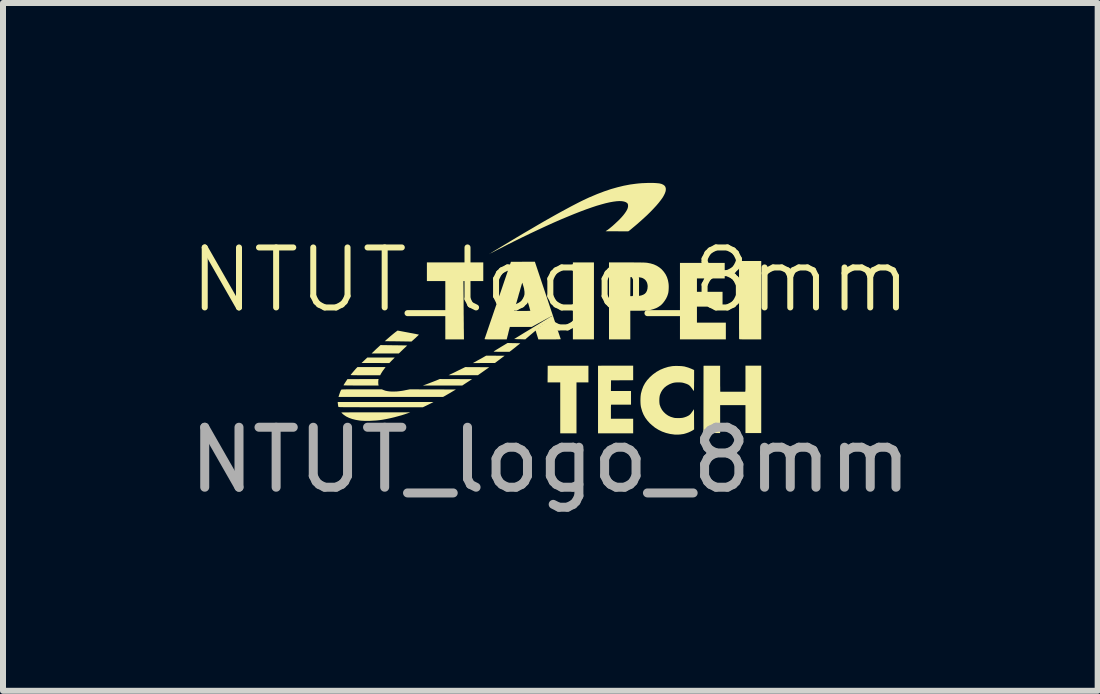
<source format=kicad_pcb>
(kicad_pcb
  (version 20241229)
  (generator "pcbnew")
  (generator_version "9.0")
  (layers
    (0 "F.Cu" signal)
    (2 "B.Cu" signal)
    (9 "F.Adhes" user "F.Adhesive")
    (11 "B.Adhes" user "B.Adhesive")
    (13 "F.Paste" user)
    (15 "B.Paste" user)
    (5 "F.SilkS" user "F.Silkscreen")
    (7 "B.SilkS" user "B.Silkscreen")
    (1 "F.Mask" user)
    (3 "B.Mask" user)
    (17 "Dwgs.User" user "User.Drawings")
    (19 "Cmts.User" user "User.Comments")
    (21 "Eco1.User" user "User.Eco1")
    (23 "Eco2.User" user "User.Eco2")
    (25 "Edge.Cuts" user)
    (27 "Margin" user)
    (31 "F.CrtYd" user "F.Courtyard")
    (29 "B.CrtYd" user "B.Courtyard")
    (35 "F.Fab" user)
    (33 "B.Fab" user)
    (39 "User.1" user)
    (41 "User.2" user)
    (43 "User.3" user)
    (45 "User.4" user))
  (footprint "NTUT_logo_8mm"
    (layer "F.Cu")
    (at 6.125 2.118)
    (property "Reference" "NTUT_logo_8mm" (at 0 -0.5 0) (unlocked yes) (layer "F.SilkS") (effects (font (size 1 1) (thickness 0.1))))
    (attr smd)
    (fp_poly (pts (xy -1.014 -0.934) (xy -1.016 -0.932) (xy -1.018 -0.934) (xy -1.016 -0.936)) (stroke (width 0) (type solid)) (fill yes) (layer "F.SilkS"))
    (fp_poly (pts (xy -1.006 -0.938) (xy -1.008 -0.936) (xy -1.01 -0.938) (xy -1.008 -0.94)) (stroke (width 0) (type solid)) (fill yes) (layer "F.SilkS"))
    (fp_poly (pts (xy -2.64 0.839) (xy -2.685 0.885) (xy -2.916 0.884) (xy -3.148 0.884) (xy -3.1 0.839) (xy -3.052 0.793) (xy -2.823 0.793) (xy -2.594 0.793)) (stroke (width 0) (type solid)) (fill yes) (layer "F.SilkS"))
    (fp_poly (pts (xy 0.727 -0.151) (xy 0.727 0.49) (xy 0.552 0.49) (xy 0.376 0.49) (xy 0.376 -0.151) (xy 0.376 -0.793) (xy 0.552 -0.793) (xy 0.727 -0.793)) (stroke (width 0) (type solid)) (fill yes) (layer "F.SilkS"))
    (fp_poly (pts (xy -1.574 1.152) (xy -1.305 1.153) (xy -1.387 1.206) (xy -1.468 1.259) (xy -1.796 1.259) (xy -2.124 1.259) (xy -2.044 1.23) (xy -2.015 1.219) (xy -1.984 1.207) (xy -1.953 1.195) (xy -1.925 1.184) (xy -1.904 1.176) (xy -1.844 1.151)) (stroke (width 0) (type solid)) (fill yes) (layer "F.SilkS"))
    (fp_poly (pts (xy -0.916 0.762) (xy -0.763 0.763) (xy -0.844 0.824) (xy -0.924 0.884) (xy -1.108 0.884) (xy -1.291 0.885) (xy -1.205 0.837) (xy -1.179 0.823) (xy -1.155 0.81) (xy -1.132 0.797) (xy -1.113 0.786) (xy -1.099 0.778) (xy -1.094 0.775) (xy -1.069 0.761)) (stroke (width 0) (type solid)) (fill yes) (layer "F.SilkS"))
    (fp_poly (pts (xy -1.219 0.953) (xy -1.019 0.954) (xy -1.113 1.021) (xy -1.207 1.087) (xy -1.452 1.087) (xy -1.697 1.087) (xy -1.679 1.079) (xy -1.672 1.075) (xy -1.658 1.068) (xy -1.638 1.059) (xy -1.615 1.048) (xy -1.588 1.035) (xy -1.56 1.021) (xy -1.54 1.011) (xy -1.419 0.952)) (stroke (width 0) (type solid)) (fill yes) (layer "F.SilkS"))
    (fp_poly (pts (xy 0.635 1.068) (xy 0.635 1.207) (xy 0.536 1.207) (xy 0.436 1.207) (xy 0.436 1.632) (xy 0.436 2.056) (xy 0.301 2.056) (xy 0.165 2.056) (xy 0.165 1.632) (xy 0.165 1.207) (xy 0.06 1.207) (xy -0.046 1.207) (xy -0.045 1.069) (xy -0.044 0.93) (xy 0.296 0.929) (xy 0.635 0.929)) (stroke (width 0) (type solid)) (fill yes) (layer "F.SilkS"))
    (fp_poly (pts (xy 2.907 -0.655) (xy 2.907 -0.526) (xy 2.675 -0.526) (xy 2.444 -0.526) (xy 2.444 -0.414) (xy 2.444 -0.303) (xy 2.657 -0.303) (xy 2.871 -0.303) (xy 2.871 -0.179) (xy 2.871 -0.056) (xy 2.657 -0.056) (xy 2.444 -0.056) (xy 2.444 0.078) (xy 2.444 0.211) (xy 2.685 0.211) (xy 2.926 0.211) (xy 2.926 0.351) (xy 2.926 0.49) (xy 2.544 0.49) (xy 2.161 0.49) (xy 2.161 -0.147) (xy 2.161 -0.785) (xy 2.534 -0.785) (xy 2.907 -0.785)) (stroke (width 0) (type solid)) (fill yes) (layer "F.SilkS"))
    (fp_poly (pts (xy -2.866 1.164) (xy -2.868 1.178) (xy -2.869 1.196) (xy -2.869 1.216) (xy -2.868 1.234) (xy -2.866 1.246) (xy -2.863 1.259) (xy -3.156 1.259) (xy -3.203 1.259) (xy -3.248 1.259) (xy -3.29 1.259) (xy -3.329 1.258) (xy -3.363 1.258) (xy -3.392 1.258) (xy -3.416 1.257) (xy -3.434 1.257) (xy -3.445 1.256) (xy -3.448 1.256) (xy -3.446 1.251) (xy -3.441 1.242) (xy -3.432 1.228) (xy -3.421 1.211) (xy -3.416 1.203) (xy -3.383 1.153) (xy -3.123 1.152) (xy -2.863 1.151)) (stroke (width 0) (type solid)) (fill yes) (layer "F.SilkS"))
    (fp_poly (pts (xy -2.609 0.588) (xy -2.568 0.588) (xy -2.529 0.589) (xy -2.493 0.589) (xy -2.461 0.59) (xy -2.434 0.59) (xy -2.413 0.591) (xy -2.397 0.591) (xy -2.388 0.591) (xy -2.386 0.591) (xy -2.389 0.594) (xy -2.396 0.601) (xy -2.408 0.613) (xy -2.424 0.628) (xy -2.442 0.645) (xy -2.456 0.658) (xy -2.526 0.725) (xy -2.753 0.725) (xy -2.98 0.725) (xy -2.938 0.685) (xy -2.92 0.667) (xy -2.9 0.648) (xy -2.88 0.63) (xy -2.864 0.615) (xy -2.864 0.615) (xy -2.831 0.585)) (stroke (width 0) (type solid)) (fill yes) (layer "F.SilkS"))
    (fp_poly (pts (xy -1.118 -0.637) (xy -1.118 -0.482) (xy -1.283 -0.482) (xy -1.449 -0.482) (xy -1.446 -0.158) (xy -1.446 -0.103) (xy -1.446 -0.047) (xy -1.445 0.01) (xy -1.445 0.067) (xy -1.444 0.121) (xy -1.444 0.173) (xy -1.443 0.221) (xy -1.443 0.264) (xy -1.443 0.301) (xy -1.442 0.328) (xy -1.44 0.49) (xy -1.596 0.49) (xy -1.751 0.49) (xy -1.751 0.004) (xy -1.751 -0.482) (xy -1.905 -0.482) (xy -2.058 -0.482) (xy -2.058 -0.637) (xy -2.058 -0.793) (xy -1.588 -0.793) (xy -1.118 -0.793)) (stroke (width 0) (type solid)) (fill yes) (layer "F.SilkS"))
    (fp_poly (pts (xy -2.777 0.993) (xy -2.791 1.011) (xy -2.804 1.031) (xy -2.815 1.049) (xy -2.822 1.06) (xy -2.837 1.088) (xy -3.086 1.088) (xy -3.136 1.088) (xy -3.179 1.088) (xy -3.216 1.088) (xy -3.246 1.087) (xy -3.27 1.087) (xy -3.29 1.087) (xy -3.304 1.086) (xy -3.315 1.086) (xy -3.322 1.085) (xy -3.327 1.084) (xy -3.329 1.083) (xy -3.329 1.082) (xy -3.328 1.081) (xy -3.324 1.075) (xy -3.315 1.065) (xy -3.304 1.051) (xy -3.291 1.036) (xy -3.276 1.018) (xy -3.261 1.001) (xy -3.247 0.985) (xy -3.238 0.975) (xy -3.216 0.952) (xy -2.982 0.952) (xy -2.747 0.952)) (stroke (width 0) (type solid)) (fill yes) (layer "F.SilkS"))
    (fp_poly (pts (xy 3.516 -0.163) (xy 3.516 0.49) (xy 3.333 0.49) (xy 3.29 0.49) (xy 3.254 0.49) (xy 3.225 0.49) (xy 3.201 0.49) (xy 3.183 0.489) (xy 3.17 0.489) (xy 3.16 0.488) (xy 3.154 0.487) (xy 3.15 0.486) (xy 3.148 0.484) (xy 3.148 0.484) (xy 3.148 0.479) (xy 3.147 0.467) (xy 3.147 0.448) (xy 3.147 0.422) (xy 3.147 0.389) (xy 3.147 0.351) (xy 3.146 0.308) (xy 3.146 0.259) (xy 3.146 0.206) (xy 3.146 0.149) (xy 3.146 0.088) (xy 3.146 0.024) (xy 3.146 -0.043) (xy 3.146 -0.113) (xy 3.146 -0.17) (xy 3.146 -0.817) (xy 3.331 -0.817) (xy 3.516 -0.817)) (stroke (width 0) (type solid)) (fill yes) (layer "F.SilkS"))
    (fp_poly (pts (xy -2.37 0.376) (xy -2.334 0.383) (xy -2.3 0.389) (xy -2.269 0.395) (xy -2.242 0.4) (xy -2.22 0.405) (xy -2.204 0.408) (xy -2.194 0.41) (xy -2.191 0.411) (xy -2.194 0.414) (xy -2.201 0.422) (xy -2.212 0.433) (xy -2.228 0.447) (xy -2.245 0.464) (xy -2.252 0.47) (xy -2.315 0.526) (xy -2.389 0.525) (xy -2.41 0.525) (xy -2.439 0.524) (xy -2.472 0.524) (xy -2.508 0.523) (xy -2.547 0.523) (xy -2.585 0.522) (xy -2.611 0.522) (xy -2.761 0.52) (xy -2.715 0.48) (xy -2.692 0.46) (xy -2.668 0.439) (xy -2.644 0.419) (xy -2.621 0.4) (xy -2.6 0.383) (xy -2.581 0.368) (xy -2.567 0.358) (xy -2.561 0.353) (xy -2.546 0.343)) (stroke (width 0) (type solid)) (fill yes) (layer "F.SilkS"))
    (fp_poly (pts (xy -0.608 0.553) (xy -0.58 0.553) (xy -0.554 0.554) (xy -0.533 0.554) (xy -0.516 0.555) (xy -0.505 0.555) (xy -0.501 0.555) (xy -0.504 0.558) (xy -0.512 0.565) (xy -0.524 0.575) (xy -0.54 0.587) (xy -0.558 0.601) (xy -0.577 0.617) (xy -0.596 0.632) (xy -0.615 0.647) (xy -0.632 0.66) (xy -0.646 0.672) (xy -0.653 0.676) (xy -0.68 0.697) (xy -0.813 0.697) (xy -0.845 0.697) (xy -0.874 0.697) (xy -0.899 0.696) (xy -0.92 0.696) (xy -0.935 0.695) (xy -0.944 0.694) (xy -0.946 0.694) (xy -0.943 0.691) (xy -0.934 0.685) (xy -0.919 0.675) (xy -0.9 0.663) (xy -0.877 0.649) (xy -0.851 0.633) (xy -0.83 0.62) (xy -0.713 0.55)) (stroke (width 0) (type solid)) (fill yes) (layer "F.SilkS"))
    (fp_poly (pts (xy -2.746 1.534) (xy -1.948 1.534) (xy -1.976 1.549) (xy -1.99 1.556) (xy -2.009 1.565) (xy -2.03 1.576) (xy -2.053 1.587) (xy -2.065 1.593) (xy -2.125 1.622) (xy -2.828 1.622) (xy -2.916 1.622) (xy -2.996 1.622) (xy -3.069 1.622) (xy -3.135 1.622) (xy -3.195 1.621) (xy -3.248 1.621) (xy -3.296 1.621) (xy -3.337 1.621) (xy -3.374 1.621) (xy -3.406 1.621) (xy -3.433 1.621) (xy -3.456 1.62) (xy -3.475 1.62) (xy -3.491 1.62) (xy -3.504 1.619) (xy -3.514 1.619) (xy -3.521 1.618) (xy -3.526 1.618) (xy -3.53 1.617) (xy -3.532 1.616) (xy -3.533 1.615) (xy -3.534 1.615) (xy -3.536 1.605) (xy -3.539 1.59) (xy -3.541 1.573) (xy -3.543 1.558) (xy -3.544 1.546) (xy -3.544 1.545) (xy -3.544 1.534)) (stroke (width 0) (type solid)) (fill yes) (layer "F.SilkS"))
    (fp_poly (pts (xy 1.381 1.05) (xy 1.381 1.171) (xy 1.196 1.172) (xy 1.012 1.173) (xy 1.011 1.262) (xy 1.01 1.351) (xy 1.177 1.351) (xy 1.345 1.351) (xy 1.345 1.464) (xy 1.345 1.578) (xy 1.184 1.578) (xy 1.149 1.578) (xy 1.116 1.578) (xy 1.087 1.578) (xy 1.061 1.578) (xy 1.04 1.578) (xy 1.026 1.578) (xy 1.018 1.578) (xy 1.017 1.578) (xy 1.015 1.578) (xy 1.013 1.58) (xy 1.012 1.584) (xy 1.011 1.592) (xy 1.011 1.603) (xy 1.01 1.62) (xy 1.01 1.642) (xy 1.01 1.67) (xy 1.01 1.695) (xy 1.01 1.813) (xy 1.195 1.813) (xy 1.381 1.813) (xy 1.381 1.934) (xy 1.381 2.056) (xy 1.088 2.056) (xy 0.795 2.056) (xy 0.795 1.492) (xy 0.795 0.929) (xy 1.088 0.928) (xy 1.381 0.928)) (stroke (width 0) (type solid)) (fill yes) (layer "F.SilkS"))
    (fp_poly (pts (xy -2.91 1.706) (xy -2.335 1.706) (xy -2.373 1.72) (xy -2.423 1.737) (xy -2.48 1.755) (xy -2.541 1.772) (xy -2.604 1.789) (xy -2.668 1.804) (xy -2.73 1.817) (xy -2.789 1.828) (xy -2.807 1.831) (xy -2.852 1.837) (xy -2.901 1.842) (xy -2.953 1.845) (xy -3.004 1.848) (xy -3.055 1.848) (xy -3.103 1.848) (xy -3.146 1.846) (xy -3.178 1.843) (xy -3.244 1.832) (xy -3.304 1.817) (xy -3.357 1.798) (xy -3.404 1.775) (xy -3.445 1.747) (xy -3.469 1.726) (xy -3.478 1.717) (xy -3.483 1.711) (xy -3.484 1.708) (xy -3.48 1.708) (xy -3.469 1.708) (xy -3.45 1.707) (xy -3.425 1.707) (xy -3.394 1.707) (xy -3.357 1.707) (xy -3.314 1.706) (xy -3.267 1.706) (xy -3.216 1.706) (xy -3.16 1.706) (xy -3.101 1.706) (xy -3.038 1.706) (xy -2.974 1.706)) (stroke (width 0) (type solid)) (fill yes) (layer "F.SilkS"))
    (fp_poly (pts (xy -1.958 1.324) (xy -1.574 1.325) (xy -1.642 1.365) (xy -1.666 1.38) (xy -1.691 1.394) (xy -1.715 1.408) (xy -1.736 1.42) (xy -1.749 1.428) (xy -1.789 1.45) (xy -2.66 1.45) (xy -3.532 1.45) (xy -3.524 1.425) (xy -3.518 1.406) (xy -3.511 1.386) (xy -3.504 1.366) (xy -3.497 1.349) (xy -3.49 1.336) (xy -3.486 1.329) (xy -3.486 1.329) (xy -3.484 1.328) (xy -3.48 1.327) (xy -3.475 1.326) (xy -3.466 1.325) (xy -3.455 1.325) (xy -3.44 1.324) (xy -3.421 1.324) (xy -3.397 1.323) (xy -3.368 1.323) (xy -3.333 1.323) (xy -3.293 1.323) (xy -3.246 1.323) (xy -3.191 1.323) (xy -3.144 1.323) (xy -2.809 1.323) (xy -2.78 1.335) (xy -2.749 1.346) (xy -2.714 1.353) (xy -2.675 1.358) (xy -2.631 1.36) (xy -2.622 1.36) (xy -2.589 1.359) (xy -2.558 1.358) (xy -2.528 1.355) (xy -2.496 1.351) (xy -2.461 1.346) (xy -2.42 1.338) (xy -2.412 1.336) (xy -2.342 1.323)) (stroke (width 0) (type solid)) (fill yes) (layer "F.SilkS"))
    (fp_poly (pts (xy 3.516 1.49) (xy 3.516 2.052) (xy 3.385 2.052) (xy 3.253 2.052) (xy 3.253 1.819) (xy 3.253 1.586) (xy 3.042 1.586) (xy 2.831 1.586) (xy 2.831 1.819) (xy 2.831 2.052) (xy 2.691 2.052) (xy 2.552 2.052) (xy 2.553 1.491) (xy 2.554 0.93) (xy 2.692 0.929) (xy 2.831 0.929) (xy 2.831 1.146) (xy 2.831 1.186) (xy 2.831 1.225) (xy 2.831 1.26) (xy 2.832 1.291) (xy 2.832 1.317) (xy 2.832 1.338) (xy 2.833 1.353) (xy 2.833 1.361) (xy 2.834 1.363) (xy 2.839 1.363) (xy 2.851 1.363) (xy 2.87 1.363) (xy 2.893 1.363) (xy 2.921 1.363) (xy 2.952 1.363) (xy 2.985 1.363) (xy 3.02 1.363) (xy 3.055 1.363) (xy 3.09 1.363) (xy 3.124 1.363) (xy 3.155 1.363) (xy 3.183 1.363) (xy 3.208 1.363) (xy 3.227 1.363) (xy 3.24 1.363) (xy 3.246 1.363) (xy 3.246 1.363) (xy 3.248 1.362) (xy 3.249 1.361) (xy 3.25 1.357) (xy 3.251 1.352) (xy 3.252 1.343) (xy 3.252 1.331) (xy 3.253 1.314) (xy 3.253 1.292) (xy 3.253 1.265) (xy 3.253 1.232) (xy 3.253 1.192) (xy 3.253 1.145) (xy 3.253 0.928) (xy 3.385 0.928) (xy 3.516 0.928)) (stroke (width 0) (type solid)) (fill yes) (layer "F.SilkS"))
    (fp_poly (pts (xy 1.274 -0.793) (xy 1.333 -0.793) (xy 1.385 -0.793) (xy 1.431 -0.792) (xy 1.47 -0.792) (xy 1.503 -0.792) (xy 1.531 -0.791) (xy 1.554 -0.791) (xy 1.573 -0.79) (xy 1.589 -0.789) (xy 1.602 -0.788) (xy 1.612 -0.787) (xy 1.613 -0.787) (xy 1.671 -0.776) (xy 1.725 -0.76) (xy 1.773 -0.738) (xy 1.816 -0.711) (xy 1.852 -0.682) (xy 1.889 -0.641) (xy 1.92 -0.597) (xy 1.944 -0.549) (xy 1.961 -0.496) (xy 1.97 -0.447) (xy 1.973 -0.418) (xy 1.974 -0.386) (xy 1.973 -0.352) (xy 1.971 -0.319) (xy 1.967 -0.289) (xy 1.962 -0.269) (xy 1.949 -0.23) (xy 1.93 -0.19) (xy 1.905 -0.151) (xy 1.878 -0.115) (xy 1.848 -0.084) (xy 1.841 -0.078) (xy 1.805 -0.053) (xy 1.764 -0.031) (xy 1.718 -0.014) (xy 1.668 -0.000204) (xy 1.622 0.008) (xy 1.608 0.009) (xy 1.589 0.01) (xy 1.564 0.011) (xy 1.535 0.011) (xy 1.503 0.012) (xy 1.47 0.012) (xy 1.459 0.012) (xy 1.333 0.012) (xy 1.333 0.251) (xy 1.333 0.49) (xy 1.155 0.49) (xy 0.978 0.49) (xy 0.978 -0.151) (xy 0.978 -0.231) (xy 1.333 -0.231) (xy 1.39 -0.231) (xy 1.414 -0.231) (xy 1.438 -0.232) (xy 1.461 -0.234) (xy 1.478 -0.235) (xy 1.48 -0.235) (xy 1.518 -0.243) (xy 1.55 -0.255) (xy 1.576 -0.271) (xy 1.596 -0.293) (xy 1.61 -0.32) (xy 1.619 -0.353) (xy 1.62 -0.362) (xy 1.623 -0.4) (xy 1.618 -0.434) (xy 1.608 -0.465) (xy 1.591 -0.492) (xy 1.579 -0.505) (xy 1.564 -0.517) (xy 1.548 -0.527) (xy 1.531 -0.535) (xy 1.512 -0.54) (xy 1.488 -0.544) (xy 1.459 -0.546) (xy 1.424 -0.547) (xy 1.408 -0.547) (xy 1.335 -0.548) (xy 1.334 -0.389) (xy 1.333 -0.231) (xy 0.978 -0.231) (xy 0.978 -0.793)) (stroke (width 0) (type solid)) (fill yes) (layer "F.SilkS"))
    (fp_poly (pts (xy 2.148 0.934) (xy 2.179 0.935) (xy 2.206 0.938) (xy 2.229 0.941) (xy 2.236 0.942) (xy 2.299 0.96) (xy 2.358 0.983) (xy 2.362 0.985) (xy 2.397 1.001) (xy 2.397 1.179) (xy 2.396 1.216) (xy 2.396 1.25) (xy 2.396 1.28) (xy 2.395 1.306) (xy 2.395 1.327) (xy 2.394 1.342) (xy 2.394 1.351) (xy 2.393 1.352) (xy 2.39 1.348) (xy 2.383 1.338) (xy 2.373 1.325) (xy 2.362 1.309) (xy 2.361 1.308) (xy 2.344 1.285) (xy 2.329 1.268) (xy 2.314 1.255) (xy 2.298 1.244) (xy 2.278 1.235) (xy 2.269 1.231) (xy 2.238 1.221) (xy 2.211 1.213) (xy 2.185 1.209) (xy 2.155 1.207) (xy 2.132 1.207) (xy 2.094 1.208) (xy 2.061 1.212) (xy 2.031 1.22) (xy 2 1.232) (xy 1.98 1.241) (xy 1.937 1.266) (xy 1.9 1.296) (xy 1.87 1.331) (xy 1.846 1.37) (xy 1.828 1.414) (xy 1.826 1.421) (xy 1.821 1.446) (xy 1.818 1.476) (xy 1.817 1.508) (xy 1.818 1.539) (xy 1.821 1.567) (xy 1.824 1.582) (xy 1.84 1.626) (xy 1.862 1.666) (xy 1.891 1.702) (xy 1.925 1.734) (xy 1.964 1.761) (xy 2.008 1.782) (xy 2.056 1.796) (xy 2.06 1.797) (xy 2.075 1.8) (xy 2.096 1.801) (xy 2.12 1.802) (xy 2.138 1.802) (xy 2.175 1.801) (xy 2.208 1.797) (xy 2.238 1.789) (xy 2.269 1.778) (xy 2.286 1.77) (xy 2.302 1.762) (xy 2.316 1.753) (xy 2.329 1.742) (xy 2.342 1.728) (xy 2.356 1.709) (xy 2.371 1.688) (xy 2.395 1.654) (xy 2.396 1.822) (xy 2.397 1.99) (xy 2.388 1.997) (xy 2.364 2.012) (xy 2.335 2.027) (xy 2.302 2.042) (xy 2.268 2.054) (xy 2.235 2.064) (xy 2.219 2.068) (xy 2.196 2.071) (xy 2.169 2.075) (xy 2.14 2.077) (xy 2.112 2.078) (xy 2.087 2.078) (xy 2.072 2.077) (xy 1.997 2.067) (xy 1.928 2.05) (xy 1.863 2.027) (xy 1.802 1.997) (xy 1.744 1.961) (xy 1.69 1.917) (xy 1.657 1.887) (xy 1.616 1.841) (xy 1.581 1.793) (xy 1.553 1.743) (xy 1.531 1.689) (xy 1.514 1.63) (xy 1.509 1.608) (xy 1.505 1.579) (xy 1.503 1.546) (xy 1.502 1.509) (xy 1.503 1.472) (xy 1.505 1.436) (xy 1.509 1.405) (xy 1.511 1.392) (xy 1.528 1.33) (xy 1.55 1.272) (xy 1.579 1.219) (xy 1.614 1.17) (xy 1.657 1.123) (xy 1.657 1.122) (xy 1.711 1.074) (xy 1.769 1.032) (xy 1.831 0.997) (xy 1.896 0.97) (xy 1.963 0.949) (xy 2.033 0.936) (xy 2.035 0.936) (xy 2.058 0.934) (xy 2.086 0.933) (xy 2.117 0.933)) (stroke (width 0) (type solid)) (fill yes) (layer "F.SilkS"))
    (fp_poly (pts (xy 1.717 -2.118) (xy 1.758 -2.116) (xy 1.793 -2.113) (xy 1.82 -2.11) (xy 1.855 -2.101) (xy 1.883 -2.088) (xy 1.904 -2.072) (xy 1.918 -2.052) (xy 1.925 -2.027) (xy 1.925 -2) (xy 1.921 -1.977) (xy 1.91 -1.945) (xy 1.893 -1.91) (xy 1.871 -1.872) (xy 1.842 -1.832) (xy 1.807 -1.787) (xy 1.767 -1.74) (xy 1.719 -1.688) (xy 1.666 -1.633) (xy 1.613 -1.581) (xy 1.589 -1.559) (xy 1.562 -1.534) (xy 1.533 -1.508) (xy 1.501 -1.479) (xy 1.469 -1.451) (xy 1.437 -1.423) (xy 1.405 -1.396) (xy 1.376 -1.372) (xy 1.35 -1.35) (xy 1.328 -1.332) (xy 1.311 -1.319) (xy 1.299 -1.311) (xy 1.11 -1.312) (xy 0.92 -1.313) (xy 0.936 -1.323) (xy 0.956 -1.336) (xy 0.98 -1.354) (xy 1.007 -1.376) (xy 1.037 -1.401) (xy 1.067 -1.428) (xy 1.097 -1.456) (xy 1.126 -1.483) (xy 1.153 -1.509) (xy 1.176 -1.534) (xy 1.184 -1.542) (xy 1.217 -1.58) (xy 1.243 -1.614) (xy 1.264 -1.645) (xy 1.28 -1.673) (xy 1.29 -1.698) (xy 1.295 -1.721) (xy 1.296 -1.731) (xy 1.295 -1.754) (xy 1.29 -1.771) (xy 1.279 -1.784) (xy 1.261 -1.796) (xy 1.257 -1.798) (xy 1.229 -1.808) (xy 1.194 -1.814) (xy 1.152 -1.816) (xy 1.104 -1.813) (xy 1.05 -1.806) (xy 0.989 -1.795) (xy 0.923 -1.78) (xy 0.85 -1.76) (xy 0.771 -1.737) (xy 0.687 -1.709) (xy 0.596 -1.677) (xy 0.5 -1.641) (xy 0.398 -1.601) (xy 0.291 -1.557) (xy 0.178 -1.51) (xy 0.059 -1.458) (xy -0.065 -1.402) (xy -0.194 -1.342) (xy -0.328 -1.279) (xy -0.467 -1.212) (xy -0.556 -1.168) (xy -0.587 -1.153) (xy -0.621 -1.136) (xy -0.658 -1.117) (xy -0.697 -1.098) (xy -0.736 -1.078) (xy -0.775 -1.058) (xy -0.813 -1.038) (xy -0.85 -1.02) (xy -0.883 -1.003) (xy -0.913 -0.987) (xy -0.939 -0.974) (xy -0.959 -0.963) (xy -0.973 -0.956) (xy -0.973 -0.956) (xy -0.986 -0.949) (xy -0.996 -0.944) (xy -1.002 -0.942) (xy -1.002 -0.942) (xy -0.999 -0.944) (xy -0.99 -0.95) (xy -0.977 -0.959) (xy -0.961 -0.968) (xy -0.961 -0.969) (xy -0.82 -1.054) (xy -0.684 -1.136) (xy -0.556 -1.213) (xy -0.433 -1.286) (xy -0.316 -1.354) (xy -0.206 -1.419) (xy -0.101 -1.48) (xy -0.002 -1.536) (xy 0.092 -1.589) (xy 0.181 -1.638) (xy 0.264 -1.683) (xy 0.342 -1.725) (xy 0.415 -1.763) (xy 0.483 -1.798) (xy 0.546 -1.829) (xy 0.605 -1.857) (xy 0.659 -1.882) (xy 0.661 -1.882) (xy 0.781 -1.933) (xy 0.897 -1.977) (xy 1.009 -2.015) (xy 1.119 -2.046) (xy 1.226 -2.072) (xy 1.331 -2.092) (xy 1.428 -2.105) (xy 1.475 -2.11) (xy 1.524 -2.114) (xy 1.574 -2.116) (xy 1.624 -2.118) (xy 1.672 -2.118)) (stroke (width 0) (type solid)) (fill yes) (layer "F.SilkS"))
    (fp_poly (pts (xy -0.042 -0.16) (xy -0.019 -0.091) (xy 0.003 -0.024) (xy 0.025 0.041) (xy 0.046 0.103) (xy 0.065 0.161) (xy 0.084 0.217) (xy 0.101 0.268) (xy 0.116 0.315) (xy 0.13 0.357) (xy 0.142 0.393) (xy 0.153 0.425) (xy 0.161 0.45) (xy 0.168 0.469) (xy 0.172 0.482) (xy 0.173 0.487) (xy 0.173 0.487) (xy 0.169 0.488) (xy 0.158 0.488) (xy 0.141 0.489) (xy 0.118 0.489) (xy 0.09 0.49) (xy 0.058 0.49) (xy 0.023 0.49) (xy -0.013 0.49) (xy -0.2 0.49) (xy -0.208 0.463) (xy -0.213 0.448) (xy -0.219 0.428) (xy -0.226 0.407) (xy -0.231 0.39) (xy -0.245 0.343) (xy -0.332 0.416) (xy -0.418 0.49) (xy -0.51 0.487) (xy -0.536 0.487) (xy -0.559 0.486) (xy -0.579 0.485) (xy -0.593 0.485) (xy -0.601 0.484) (xy -0.603 0.484) (xy -0.6 0.482) (xy -0.59 0.476) (xy -0.575 0.467) (xy -0.555 0.454) (xy -0.53 0.439) (xy -0.502 0.422) (xy -0.47 0.402) (xy -0.436 0.381) (xy -0.399 0.359) (xy -0.361 0.336) (xy -0.321 0.312) (xy -0.313 0.307) (xy -0.2 0.307) (xy -0.2 0.307) (xy -0.196 0.304) (xy -0.195 0.303) (xy -0.194 0.299) (xy -0.195 0.299) (xy -0.198 0.302) (xy -0.199 0.303) (xy -0.2 0.307) (xy -0.313 0.307) (xy -0.282 0.287) (xy -0.267 0.279) (xy -0.168 0.279) (xy -0.168 0.279) (xy -0.164 0.276) (xy -0.163 0.275) (xy -0.162 0.271) (xy -0.163 0.271) (xy -0.167 0.274) (xy -0.167 0.275) (xy -0.168 0.279) (xy -0.267 0.279) (xy -0.242 0.263) (xy -0.221 0.251) (xy -0.137 0.251) (xy -0.136 0.251) (xy -0.132 0.248) (xy -0.132 0.247) (xy -0.131 0.243) (xy -0.131 0.243) (xy -0.135 0.246) (xy -0.136 0.247) (xy -0.137 0.251) (xy -0.221 0.251) (xy -0.203 0.24) (xy -0.173 0.221) (xy -0.106 0.221) (xy -0.104 0.223) (xy -0.102 0.221) (xy -0.104 0.219) (xy -0.106 0.221) (xy -0.173 0.221) (xy -0.166 0.217) (xy -0.131 0.196) (xy -0.12 0.189) (xy -0.07 0.189) (xy -0.068 0.191) (xy -0.066 0.189) (xy -0.068 0.187) (xy -0.07 0.189) (xy -0.12 0.189) (xy -0.098 0.176) (xy -0.068 0.158) (xy -0.067 0.157) (xy -0.034 0.157) (xy -0.032 0.159) (xy -0.03 0.157) (xy -0.032 0.155) (xy -0.034 0.157) (xy -0.067 0.157) (xy -0.042 0.142) (xy -0.02 0.129) (xy -0.003 0.118) (xy 0.009 0.111) (xy 0.015 0.108) (xy 0.015 0.108) (xy 0.017 0.109) (xy 0.016 0.112) (xy 0.015 0.115) (xy 0.018 0.114) (xy 0.021 0.11) (xy 0.02 0.109) (xy 0.021 0.105) (xy 0.025 0.101) (xy 0.027 0.099) (xy 0.028 0.098) (xy 0.028 0.098) (xy 0.027 0.098) (xy 0.023 0.1) (xy 0.017 0.103) (xy 0.008 0.108) (xy -0.004 0.115) (xy -0.021 0.124) (xy -0.043 0.136) (xy -0.07 0.15) (xy -0.102 0.168) (xy -0.141 0.19) (xy -0.158 0.199) (xy -0.311 0.283) (xy -0.493 0.283) (xy -0.675 0.283) (xy -0.679 0.298) (xy -0.681 0.306) (xy -0.685 0.321) (xy -0.69 0.341) (xy -0.696 0.363) (xy -0.701 0.386) (xy -0.707 0.411) (xy -0.713 0.433) (xy -0.718 0.452) (xy -0.721 0.467) (xy -0.724 0.475) (xy -0.727 0.49) (xy -0.913 0.49) (xy -0.956 0.49) (xy -0.992 0.49) (xy -1.021 0.49) (xy -1.045 0.49) (xy -1.063 0.489) (xy -1.076 0.489) (xy -1.085 0.488) (xy -1.091 0.487) (xy -1.095 0.486) (xy -1.096 0.485) (xy -1.096 0.483) (xy -1.096 0.483) (xy -1.095 0.479) (xy -1.091 0.467) (xy -1.084 0.449) (xy -1.076 0.424) (xy -1.065 0.393) (xy -1.053 0.357) (xy -1.039 0.316) (xy -1.023 0.269) (xy -1.006 0.219) (xy -0.987 0.164) (xy -0.967 0.106) (xy -0.963 0.094) (xy 0.034 0.094) (xy 0.036 0.096) (xy 0.038 0.094) (xy 0.036 0.092) (xy 0.034 0.094) (xy -0.963 0.094) (xy -0.946 0.044) (xy -0.935 0.011) (xy -0.602 0.011) (xy -0.601 0.012) (xy -0.597 0.014) (xy -0.591 0.014) (xy -0.581 0.015) (xy -0.566 0.015) (xy -0.546 0.016) (xy -0.52 0.016) (xy -0.487 0.016) (xy -0.468 0.016) (xy -0.43 0.016) (xy -0.4 0.016) (xy -0.376 0.015) (xy -0.358 0.015) (xy -0.345 0.014) (xy -0.338 0.013) (xy -0.334 0.012) (xy -0.334 0.011) (xy -0.335 0.006) (xy -0.339 -0.005) (xy -0.344 -0.023) (xy -0.35 -0.047) (xy -0.358 -0.075) (xy -0.368 -0.108) (xy -0.378 -0.145) (xy -0.389 -0.184) (xy -0.401 -0.225) (xy -0.401 -0.226) (xy -0.412 -0.267) (xy -0.423 -0.306) (xy -0.434 -0.342) (xy -0.443 -0.374) (xy -0.451 -0.402) (xy -0.458 -0.424) (xy -0.463 -0.441) (xy -0.467 -0.452) (xy -0.468 -0.455) (xy -0.468 -0.455) (xy -0.47 -0.451) (xy -0.473 -0.44) (xy -0.479 -0.422) (xy -0.485 -0.399) (xy -0.494 -0.371) (xy -0.503 -0.338) (xy -0.513 -0.302) (xy -0.525 -0.263) (xy -0.535 -0.225) (xy -0.547 -0.184) (xy -0.558 -0.145) (xy -0.569 -0.109) (xy -0.578 -0.076) (xy -0.586 -0.048) (xy -0.593 -0.024) (xy -0.598 -0.007) (xy -0.601 0.005) (xy -0.602 0.009) (xy -0.602 0.011) (xy -0.935 0.011) (xy -0.924 -0.02) (xy -0.901 -0.087) (xy -0.878 -0.155) (xy -0.875 -0.163) (xy -0.657 -0.803) (xy -0.457 -0.804) (xy -0.258 -0.805)) (stroke (width 0) (type solid)) (fill yes) (layer "F.SilkS"))
    (fp_text user "${REFERENCE}" (at 0 2.5 0) (unlocked yes) (layer "F.Fab") (effects (font (size 1 1) (thickness 0.15)))))
  (gr_rect
    (start -3 -3)
    (end 15.25 8.467)
    (stroke (width 0.1) (type default))
    (fill no)
    (layer "Edge.Cuts")))
</source>
